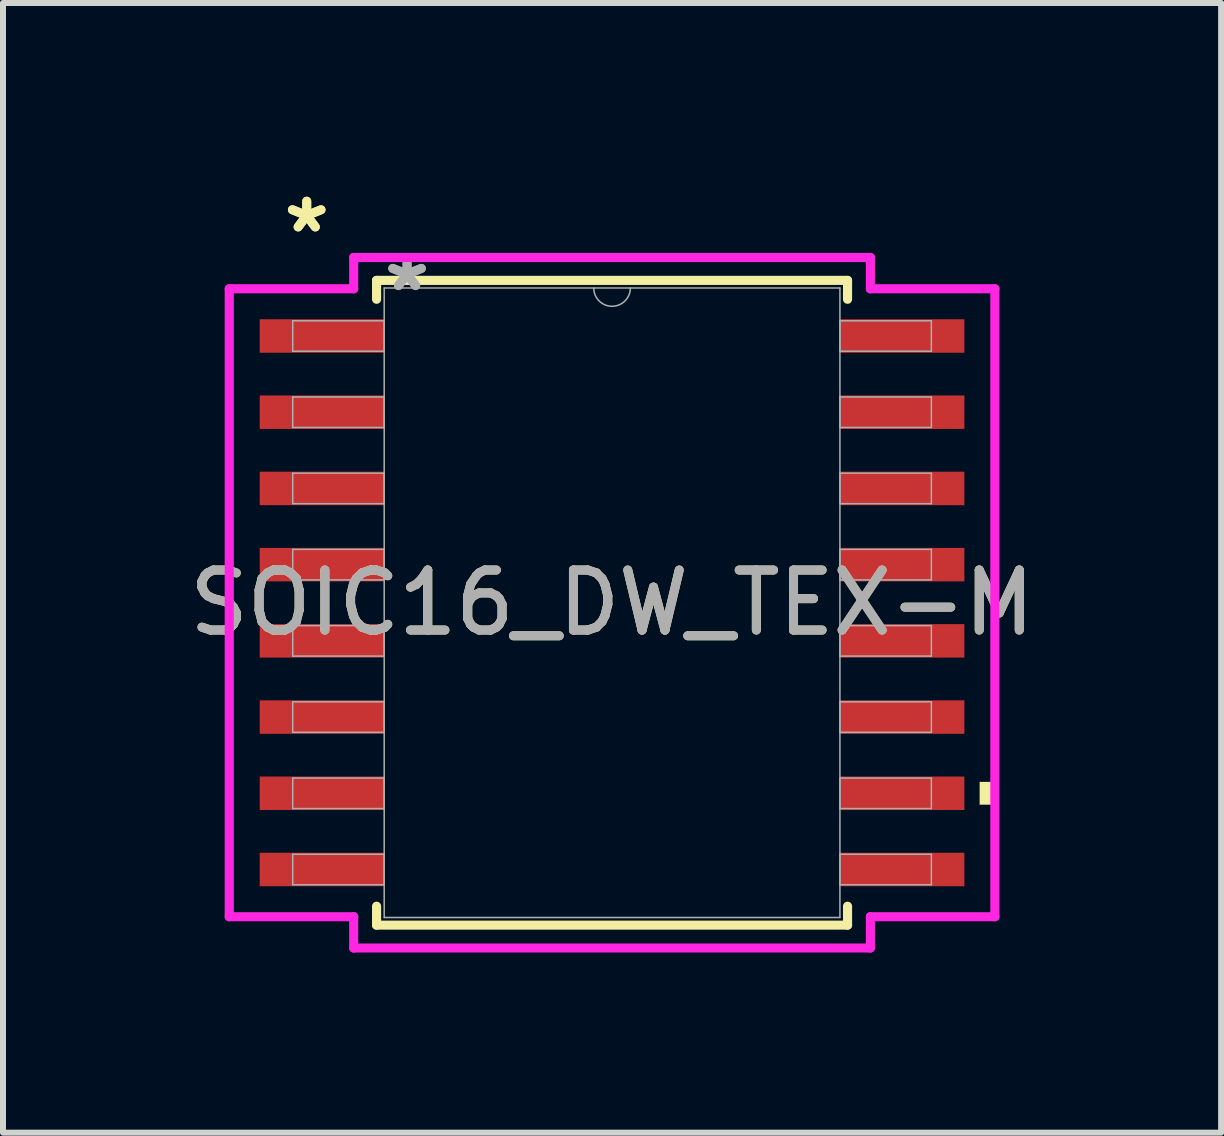
<source format=kicad_pcb>
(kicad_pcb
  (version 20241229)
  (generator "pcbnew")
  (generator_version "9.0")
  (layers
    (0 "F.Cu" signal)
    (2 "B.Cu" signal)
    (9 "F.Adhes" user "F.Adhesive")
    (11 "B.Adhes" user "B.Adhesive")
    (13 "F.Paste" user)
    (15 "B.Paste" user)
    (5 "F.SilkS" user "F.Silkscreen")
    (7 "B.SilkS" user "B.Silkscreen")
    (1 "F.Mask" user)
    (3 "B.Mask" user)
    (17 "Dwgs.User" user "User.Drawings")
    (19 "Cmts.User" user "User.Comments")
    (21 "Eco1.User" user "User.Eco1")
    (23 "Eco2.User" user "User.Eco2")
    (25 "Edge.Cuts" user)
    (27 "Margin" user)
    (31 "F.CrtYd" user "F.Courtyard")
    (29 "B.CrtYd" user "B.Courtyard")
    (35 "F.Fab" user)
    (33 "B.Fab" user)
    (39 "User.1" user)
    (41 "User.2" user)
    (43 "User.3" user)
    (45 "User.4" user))
  (footprint "SOIC16_DW_TEX-M"
    (layer "F.Cu")
    (at 7.149 6.994)
    (property "Reference" "SOIC16_DW_TEX-M" (at 0 0 0) (unlocked yes) (layer "F.SilkS") (effects (font (size 1 1) (thickness 0.15))))
    (attr smd)
    (fp_line (start -3.924 -5.372) (end -3.924 -5.057) (stroke (width 0.152) (type solid)) (layer "F.SilkS"))
    (fp_line (start -3.924 5.057) (end -3.924 5.372) (stroke (width 0.152) (type solid)) (layer "F.SilkS"))
    (fp_line (start -3.924 5.372) (end 3.924 5.372) (stroke (width 0.152) (type solid)) (layer "F.SilkS"))
    (fp_line (start 3.924 -5.372) (end -3.924 -5.372) (stroke (width 0.152) (type solid)) (layer "F.SilkS"))
    (fp_line (start 3.924 -5.057) (end 3.924 -5.372) (stroke (width 0.152) (type solid)) (layer "F.SilkS"))
    (fp_line (start 3.924 5.372) (end 3.924 5.057) (stroke (width 0.152) (type solid)) (layer "F.SilkS"))
    (fp_poly (pts (xy 6.379 2.985) (xy 6.379 3.365) (xy 6.125 3.365) (xy 6.125 2.985)) (stroke (width 0) (type solid)) (fill yes) (layer "F.SilkS"))
    (fp_line (start -6.379 -5.232) (end -4.305 -5.232) (stroke (width 0.152) (type solid)) (layer "F.CrtYd"))
    (fp_line (start -6.379 5.232) (end -6.379 -5.232) (stroke (width 0.152) (type solid)) (layer "F.CrtYd"))
    (fp_line (start -6.379 5.232) (end -4.305 5.232) (stroke (width 0.152) (type solid)) (layer "F.CrtYd"))
    (fp_line (start -4.305 -5.753) (end 4.305 -5.753) (stroke (width 0.152) (type solid)) (layer "F.CrtYd"))
    (fp_line (start -4.305 -5.232) (end -4.305 -5.753) (stroke (width 0.152) (type solid)) (layer "F.CrtYd"))
    (fp_line (start -4.305 5.753) (end -4.305 5.232) (stroke (width 0.152) (type solid)) (layer "F.CrtYd"))
    (fp_line (start 4.305 -5.753) (end 4.305 -5.232) (stroke (width 0.152) (type solid)) (layer "F.CrtYd"))
    (fp_line (start 4.305 5.232) (end 4.305 5.753) (stroke (width 0.152) (type solid)) (layer "F.CrtYd"))
    (fp_line (start 4.305 5.753) (end -4.305 5.753) (stroke (width 0.152) (type solid)) (layer "F.CrtYd"))
    (fp_line (start 6.379 -5.232) (end 4.305 -5.232) (stroke (width 0.152) (type solid)) (layer "F.CrtYd"))
    (fp_line (start 6.379 -5.232) (end 6.379 5.232) (stroke (width 0.152) (type solid)) (layer "F.CrtYd"))
    (fp_line (start 6.379 5.232) (end 4.305 5.232) (stroke (width 0.152) (type solid)) (layer "F.CrtYd"))
    (fp_line (start -5.321 -4.699) (end -5.321 -4.191) (stroke (width 0.025) (type solid)) (layer "F.Fab"))
    (fp_line (start -5.321 -4.191) (end -3.797 -4.191) (stroke (width 0.025) (type solid)) (layer "F.Fab"))
    (fp_line (start -5.321 -3.429) (end -5.321 -2.921) (stroke (width 0.025) (type solid)) (layer "F.Fab"))
    (fp_line (start -5.321 -2.921) (end -3.797 -2.921) (stroke (width 0.025) (type solid)) (layer "F.Fab"))
    (fp_line (start -5.321 -2.159) (end -5.321 -1.651) (stroke (width 0.025) (type solid)) (layer "F.Fab"))
    (fp_line (start -5.321 -1.651) (end -3.797 -1.651) (stroke (width 0.025) (type solid)) (layer "F.Fab"))
    (fp_line (start -5.321 -0.889) (end -5.321 -0.381) (stroke (width 0.025) (type solid)) (layer "F.Fab"))
    (fp_line (start -5.321 -0.381) (end -3.797 -0.381) (stroke (width 0.025) (type solid)) (layer "F.Fab"))
    (fp_line (start -5.321 0.381) (end -5.321 0.889) (stroke (width 0.025) (type solid)) (layer "F.Fab"))
    (fp_line (start -5.321 0.889) (end -3.797 0.889) (stroke (width 0.025) (type solid)) (layer "F.Fab"))
    (fp_line (start -5.321 1.651) (end -5.321 2.159) (stroke (width 0.025) (type solid)) (layer "F.Fab"))
    (fp_line (start -5.321 2.159) (end -3.797 2.159) (stroke (width 0.025) (type solid)) (layer "F.Fab"))
    (fp_line (start -5.321 2.921) (end -5.321 3.429) (stroke (width 0.025) (type solid)) (layer "F.Fab"))
    (fp_line (start -5.321 3.429) (end -3.797 3.429) (stroke (width 0.025) (type solid)) (layer "F.Fab"))
    (fp_line (start -5.321 4.191) (end -5.321 4.699) (stroke (width 0.025) (type solid)) (layer "F.Fab"))
    (fp_line (start -5.321 4.699) (end -3.797 4.699) (stroke (width 0.025) (type solid)) (layer "F.Fab"))
    (fp_line (start -3.797 -5.245) (end -3.797 5.245) (stroke (width 0.025) (type solid)) (layer "F.Fab"))
    (fp_line (start -3.797 -4.699) (end -5.321 -4.699) (stroke (width 0.025) (type solid)) (layer "F.Fab"))
    (fp_line (start -3.797 -4.191) (end -3.797 -4.699) (stroke (width 0.025) (type solid)) (layer "F.Fab"))
    (fp_line (start -3.797 -3.429) (end -5.321 -3.429) (stroke (width 0.025) (type solid)) (layer "F.Fab"))
    (fp_line (start -3.797 -2.921) (end -3.797 -3.429) (stroke (width 0.025) (type solid)) (layer "F.Fab"))
    (fp_line (start -3.797 -2.159) (end -5.321 -2.159) (stroke (width 0.025) (type solid)) (layer "F.Fab"))
    (fp_line (start -3.797 -1.651) (end -3.797 -2.159) (stroke (width 0.025) (type solid)) (layer "F.Fab"))
    (fp_line (start -3.797 -0.889) (end -5.321 -0.889) (stroke (width 0.025) (type solid)) (layer "F.Fab"))
    (fp_line (start -3.797 -0.381) (end -3.797 -0.889) (stroke (width 0.025) (type solid)) (layer "F.Fab"))
    (fp_line (start -3.797 0.381) (end -5.321 0.381) (stroke (width 0.025) (type solid)) (layer "F.Fab"))
    (fp_line (start -3.797 0.889) (end -3.797 0.381) (stroke (width 0.025) (type solid)) (layer "F.Fab"))
    (fp_line (start -3.797 1.651) (end -5.321 1.651) (stroke (width 0.025) (type solid)) (layer "F.Fab"))
    (fp_line (start -3.797 2.159) (end -3.797 1.651) (stroke (width 0.025) (type solid)) (layer "F.Fab"))
    (fp_line (start -3.797 2.921) (end -5.321 2.921) (stroke (width 0.025) (type solid)) (layer "F.Fab"))
    (fp_line (start -3.797 3.429) (end -3.797 2.921) (stroke (width 0.025) (type solid)) (layer "F.Fab"))
    (fp_line (start -3.797 4.191) (end -5.321 4.191) (stroke (width 0.025) (type solid)) (layer "F.Fab"))
    (fp_line (start -3.797 4.699) (end -3.797 4.191) (stroke (width 0.025) (type solid)) (layer "F.Fab"))
    (fp_line (start -3.797 5.245) (end 3.797 5.245) (stroke (width 0.025) (type solid)) (layer "F.Fab"))
    (fp_line (start 3.797 -5.245) (end -3.797 -5.245) (stroke (width 0.025) (type solid)) (layer "F.Fab"))
    (fp_line (start 3.797 -4.699) (end 3.797 -4.191) (stroke (width 0.025) (type solid)) (layer "F.Fab"))
    (fp_line (start 3.797 -4.191) (end 5.321 -4.191) (stroke (width 0.025) (type solid)) (layer "F.Fab"))
    (fp_line (start 3.797 -3.429) (end 3.797 -2.921) (stroke (width 0.025) (type solid)) (layer "F.Fab"))
    (fp_line (start 3.797 -2.921) (end 5.321 -2.921) (stroke (width 0.025) (type solid)) (layer "F.Fab"))
    (fp_line (start 3.797 -2.159) (end 3.797 -1.651) (stroke (width 0.025) (type solid)) (layer "F.Fab"))
    (fp_line (start 3.797 -1.651) (end 5.321 -1.651) (stroke (width 0.025) (type solid)) (layer "F.Fab"))
    (fp_line (start 3.797 -0.889) (end 3.797 -0.381) (stroke (width 0.025) (type solid)) (layer "F.Fab"))
    (fp_line (start 3.797 -0.381) (end 5.321 -0.381) (stroke (width 0.025) (type solid)) (layer "F.Fab"))
    (fp_line (start 3.797 0.381) (end 3.797 0.889) (stroke (width 0.025) (type solid)) (layer "F.Fab"))
    (fp_line (start 3.797 0.889) (end 5.321 0.889) (stroke (width 0.025) (type solid)) (layer "F.Fab"))
    (fp_line (start 3.797 1.651) (end 3.797 2.159) (stroke (width 0.025) (type solid)) (layer "F.Fab"))
    (fp_line (start 3.797 2.159) (end 5.321 2.159) (stroke (width 0.025) (type solid)) (layer "F.Fab"))
    (fp_line (start 3.797 2.921) (end 3.797 3.429) (stroke (width 0.025) (type solid)) (layer "F.Fab"))
    (fp_line (start 3.797 3.429) (end 5.321 3.429) (stroke (width 0.025) (type solid)) (layer "F.Fab"))
    (fp_line (start 3.797 4.191) (end 3.797 4.699) (stroke (width 0.025) (type solid)) (layer "F.Fab"))
    (fp_line (start 3.797 4.699) (end 5.321 4.699) (stroke (width 0.025) (type solid)) (layer "F.Fab"))
    (fp_line (start 3.797 5.245) (end 3.797 -5.245) (stroke (width 0.025) (type solid)) (layer "F.Fab"))
    (fp_line (start 5.321 -4.699) (end 3.797 -4.699) (stroke (width 0.025) (type solid)) (layer "F.Fab"))
    (fp_line (start 5.321 -4.191) (end 5.321 -4.699) (stroke (width 0.025) (type solid)) (layer "F.Fab"))
    (fp_line (start 5.321 -3.429) (end 3.797 -3.429) (stroke (width 0.025) (type solid)) (layer "F.Fab"))
    (fp_line (start 5.321 -2.921) (end 5.321 -3.429) (stroke (width 0.025) (type solid)) (layer "F.Fab"))
    (fp_line (start 5.321 -2.159) (end 3.797 -2.159) (stroke (width 0.025) (type solid)) (layer "F.Fab"))
    (fp_line (start 5.321 -1.651) (end 5.321 -2.159) (stroke (width 0.025) (type solid)) (layer "F.Fab"))
    (fp_line (start 5.321 -0.889) (end 3.797 -0.889) (stroke (width 0.025) (type solid)) (layer "F.Fab"))
    (fp_line (start 5.321 -0.381) (end 5.321 -0.889) (stroke (width 0.025) (type solid)) (layer "F.Fab"))
    (fp_line (start 5.321 0.381) (end 3.797 0.381) (stroke (width 0.025) (type solid)) (layer "F.Fab"))
    (fp_line (start 5.321 0.889) (end 5.321 0.381) (stroke (width 0.025) (type solid)) (layer "F.Fab"))
    (fp_line (start 5.321 1.651) (end 3.797 1.651) (stroke (width 0.025) (type solid)) (layer "F.Fab"))
    (fp_line (start 5.321 2.159) (end 5.321 1.651) (stroke (width 0.025) (type solid)) (layer "F.Fab"))
    (fp_line (start 5.321 2.921) (end 3.797 2.921) (stroke (width 0.025) (type solid)) (layer "F.Fab"))
    (fp_line (start 5.321 3.429) (end 5.321 2.921) (stroke (width 0.025) (type solid)) (layer "F.Fab"))
    (fp_line (start 5.321 4.191) (end 3.797 4.191) (stroke (width 0.025) (type solid)) (layer "F.Fab"))
    (fp_line (start 5.321 4.699) (end 5.321 4.191) (stroke (width 0.025) (type solid)) (layer "F.Fab"))
    (fp_arc (start 0.3048 -5.2451) (mid 0 -4.9403) (end -0.3048 -5.2451) (stroke (width 0.0254) (type solid)) (layer "F.Fab"))
    (fp_text user "*" (at -5.088 -6.146 0) (layer "F.SilkS") (effects (font (size 1 1) (thickness 0.15))))
    (fp_text user "*" (at -5.088 -6.146 0) (unlocked yes) (layer "F.SilkS") (effects (font (size 1 1) (thickness 0.15))))
    (fp_text user "*" (at -3.416 -5.169 0) (unlocked yes) (layer "F.Fab") (effects (font (size 1 1) (thickness 0.15))))
    (fp_text user "${REFERENCE}" (at 0 0 0) (unlocked yes) (layer "F.Fab") (effects (font (size 1 1) (thickness 0.15))))
    (fp_text user "*" (at -3.416 -5.169 0) (layer "F.Fab") (effects (font (size 1 1) (thickness 0.15))))
    (pad "1" smd rect (at -4.834 -4.445) (size 2.074 0.558) (layers "F.Cu" "F.Mask" "F.Paste"))
    (pad "2" smd rect (at -4.834 -3.175) (size 2.074 0.558) (layers "F.Cu" "F.Mask" "F.Paste"))
    (pad "3" smd rect (at -4.834 -1.905) (size 2.074 0.558) (layers "F.Cu" "F.Mask" "F.Paste"))
    (pad "4" smd rect (at -4.834 -0.635) (size 2.074 0.558) (layers "F.Cu" "F.Mask" "F.Paste"))
    (pad "5" smd rect (at -4.834 0.635) (size 2.074 0.558) (layers "F.Cu" "F.Mask" "F.Paste"))
    (pad "6" smd rect (at -4.834 1.905) (size 2.074 0.558) (layers "F.Cu" "F.Mask" "F.Paste"))
    (pad "7" smd rect (at -4.834 3.175) (size 2.074 0.558) (layers "F.Cu" "F.Mask" "F.Paste"))
    (pad "8" smd rect (at -4.834 4.445) (size 2.074 0.558) (layers "F.Cu" "F.Mask" "F.Paste"))
    (pad "9" smd rect (at 4.834 4.445) (size 2.074 0.558) (layers "F.Cu" "F.Mask" "F.Paste"))
    (pad "10" smd rect (at 4.834 3.175) (size 2.074 0.558) (layers "F.Cu" "F.Mask" "F.Paste"))
    (pad "11" smd rect (at 4.834 1.905) (size 2.074 0.558) (layers "F.Cu" "F.Mask" "F.Paste"))
    (pad "12" smd rect (at 4.834 0.635) (size 2.074 0.558) (layers "F.Cu" "F.Mask" "F.Paste"))
    (pad "13" smd rect (at 4.834 -0.635) (size 2.074 0.558) (layers "F.Cu" "F.Mask" "F.Paste"))
    (pad "14" smd rect (at 4.834 -1.905) (size 2.074 0.558) (layers "F.Cu" "F.Mask" "F.Paste"))
    (pad "15" smd rect (at 4.834 -3.175) (size 2.074 0.558) (layers "F.Cu" "F.Mask" "F.Paste"))
    (pad "16" smd rect (at 4.834 -4.445) (size 2.074 0.558) (layers "F.Cu" "F.Mask" "F.Paste")))
  (gr_rect
    (start -3 -3)
    (end 17.298 15.824)
    (stroke (width 0.1) (type default))
    (fill no)
    (layer "Edge.Cuts")))
</source>
